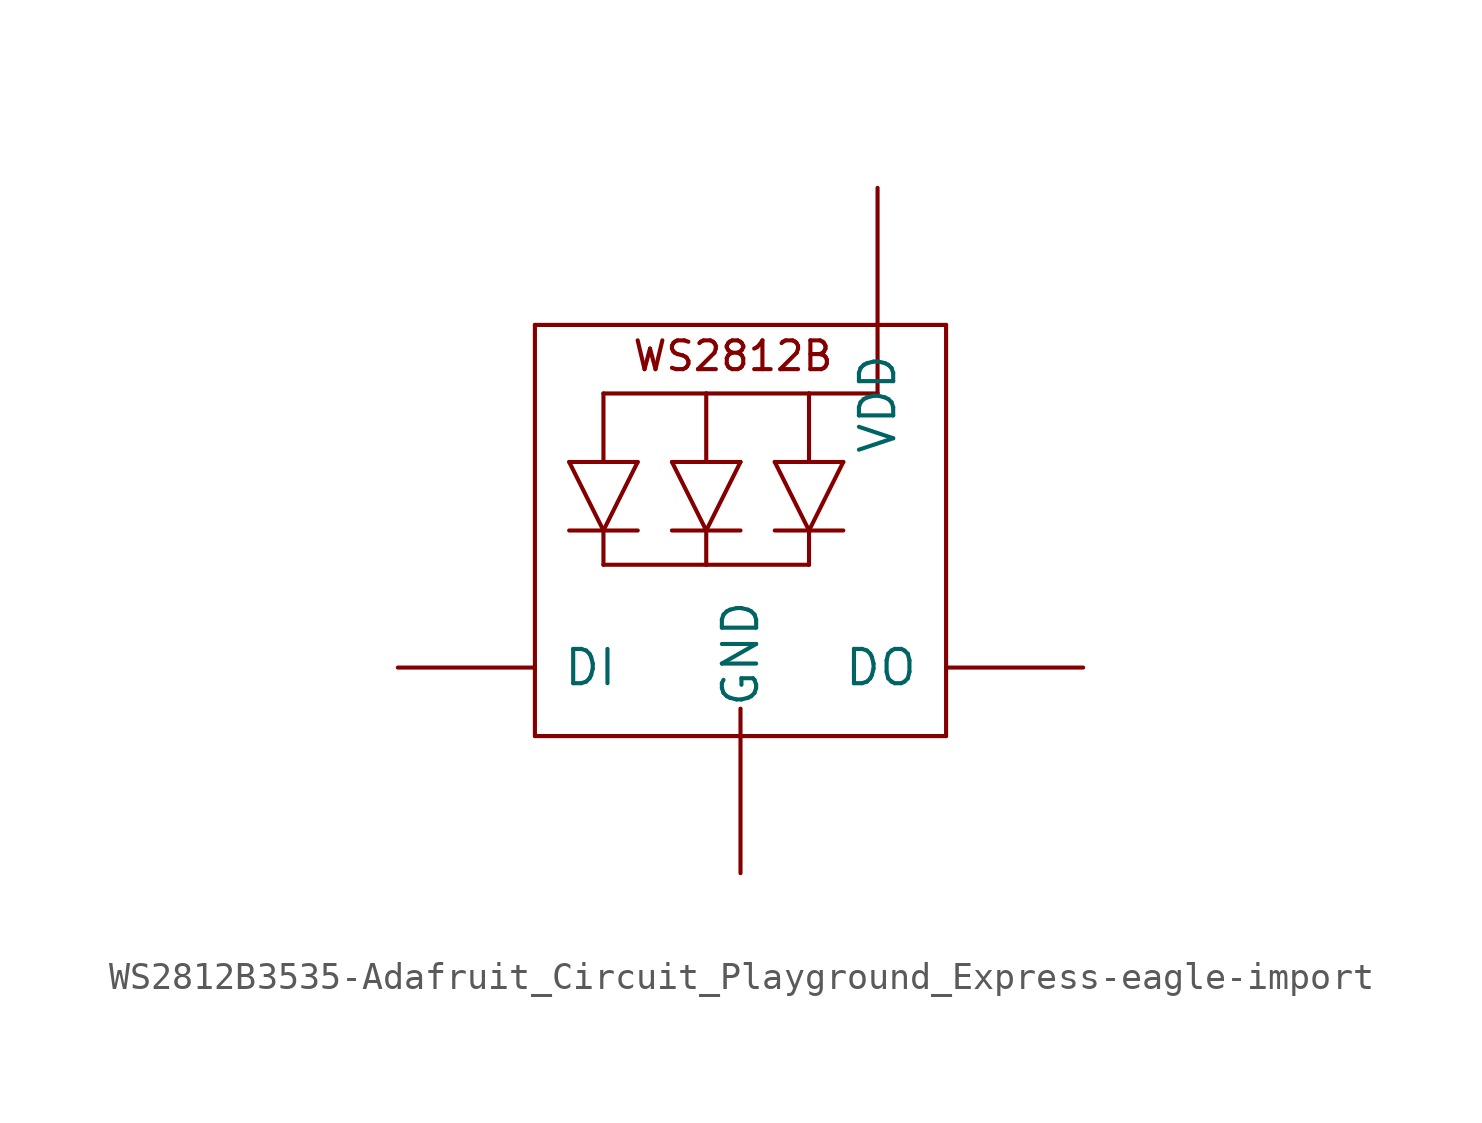
<source format=kicad_sym>
(kicad_symbol_lib
  (version 20220914)
  (generator kicad_symbol_editor)
  (symbol "WS2812B3535-Adafruit_Circuit_Playground_Express-eagle-import"
    (pin_names
      (offset 1.016))
    (property "Reference" "LED"
      (at 0 0 0)
      (effects (font (size 1.27 1.27)) hide))
    (property "ki_locked" ""
      (at 0 0 0)
      (effects (font (size 1.27 1.27))))
    (symbol "WS2812B3535-Adafruit_Circuit_Playground_Express-eagle-import_1_0"
      (polyline (pts (xy -7.62 -5.08) (xy 0 -5.08)) (stroke (width 0) (type solid)) (fill (type none)))
      (polyline (pts (xy -7.62 -2.54) (xy -7.62 -5.08)) (stroke (width 0) (type solid)) (fill (type none)))
      (polyline (pts (xy -7.62 10.16) (xy -7.62 -2.54)) (stroke (width 0) (type solid)) (fill (type none)))
      (polyline (pts (xy -6.35 2.54) (xy -5.08 2.54)) (stroke (width 0) (type solid)) (fill (type none)))
      (polyline (pts (xy -6.35 5.08) (xy -5.08 5.08)) (stroke (width 0) (type solid)) (fill (type none)))
      (polyline (pts (xy -5.08 2.54) (xy -6.35 5.08)) (stroke (width 0) (type solid)) (fill (type none)))
      (polyline (pts (xy -5.08 2.54) (xy -5.08 1.27)) (stroke (width 0) (type solid)) (fill (type none)))
      (polyline (pts (xy -5.08 2.54) (xy -3.81 5.08)) (stroke (width 0) (type solid)) (fill (type none)))
      (polyline (pts (xy -5.08 5.08) (xy -3.81 5.08)) (stroke (width 0) (type solid)) (fill (type none)))
      (polyline (pts (xy -5.08 7.62) (xy -5.08 5.08)) (stroke (width 0) (type solid)) (fill (type none)))
      (polyline (pts (xy -3.81 2.54) (xy -5.08 2.54)) (stroke (width 0) (type solid)) (fill (type none)))
      (polyline (pts (xy -2.54 2.54) (xy -1.27 2.54)) (stroke (width 0) (type solid)) (fill (type none)))
      (polyline (pts (xy -2.54 5.08) (xy 0 5.08)) (stroke (width 0) (type solid)) (fill (type none)))
      (polyline (pts (xy -1.27 1.27) (xy -5.08 1.27)) (stroke (width 0) (type solid)) (fill (type none)))
      (polyline (pts (xy -1.27 2.54) (xy -2.54 5.08)) (stroke (width 0) (type solid)) (fill (type none)))
      (polyline (pts (xy -1.27 2.54) (xy -1.27 1.27)) (stroke (width 0) (type solid)) (fill (type none)))
      (polyline (pts (xy -1.27 2.54) (xy 0 2.54)) (stroke (width 0) (type solid)) (fill (type none)))
      (polyline (pts (xy -1.27 5.08) (xy -1.27 7.62)) (stroke (width 0) (type solid)) (fill (type none)))
      (polyline (pts (xy -1.27 7.62) (xy -5.08 7.62)) (stroke (width 0) (type solid)) (fill (type none)))
      (polyline (pts (xy 0 -5.08) (xy 7.62 -5.08)) (stroke (width 0) (type solid)) (fill (type none)))
      (polyline (pts (xy 0 -4.064) (xy 0 -5.08)) (stroke (width 0) (type solid)) (fill (type none)))
      (polyline (pts (xy 0 5.08) (xy -1.27 2.54)) (stroke (width 0) (type solid)) (fill (type none)))
      (polyline (pts (xy 1.27 5.08) (xy 2.54 2.54)) (stroke (width 0) (type solid)) (fill (type none)))
      (polyline (pts (xy 1.27 5.08) (xy 2.54 5.08)) (stroke (width 0) (type solid)) (fill (type none)))
      (polyline (pts (xy 2.54 1.27) (xy -1.27 1.27)) (stroke (width 0) (type solid)) (fill (type none)))
      (polyline (pts (xy 2.54 2.54) (xy 1.27 2.54)) (stroke (width 0) (type solid)) (fill (type none)))
      (polyline (pts (xy 2.54 2.54) (xy 2.54 1.27)) (stroke (width 0) (type solid)) (fill (type none)))
      (polyline (pts (xy 2.54 2.54) (xy 3.81 2.54)) (stroke (width 0) (type solid)) (fill (type none)))
      (polyline (pts (xy 2.54 2.54) (xy 3.81 5.08)) (stroke (width 0) (type solid)) (fill (type none)))
      (polyline (pts (xy 2.54 5.08) (xy 2.54 7.62)) (stroke (width 0) (type solid)) (fill (type none)))
      (polyline (pts (xy 2.54 7.62) (xy -1.27 7.62)) (stroke (width 0) (type solid)) (fill (type none)))
      (polyline (pts (xy 2.54 7.62) (xy 5.08 7.62)) (stroke (width 0) (type solid)) (fill (type none)))
      (polyline (pts (xy 3.81 5.08) (xy 2.54 5.08)) (stroke (width 0) (type solid)) (fill (type none)))
      (polyline (pts (xy 5.08 10.16) (xy -7.62 10.16)) (stroke (width 0) (type solid)) (fill (type none)))
      (polyline (pts (xy 5.08 10.16) (xy 5.08 7.62)) (stroke (width 0) (type solid)) (fill (type none)))
      (polyline (pts (xy 7.62 -5.08) (xy 7.62 -2.54)) (stroke (width 0) (type solid)) (fill (type none)))
      (polyline (pts (xy 7.62 -2.54) (xy 7.62 10.16)) (stroke (width 0) (type solid)) (fill (type none)))
      (polyline (pts (xy 7.62 10.16) (xy 5.08 10.16)) (stroke (width 0) (type solid)) (fill (type none)))
      (text "WS2812B" (at -4.064 8.382 0) (effects (font (size 1.067 1.067)) (justify left bottom)))
      (pin power_in line (at 5.08 15.24 270) (length 5.08) (name "VDD" (effects (font (size 1.27 1.27)))) (number "1" (effects (font (size 0 0)))))
      (pin output line (at 12.7 -2.54 180) (length 5.08) (name "DO" (effects (font (size 1.27 1.27)))) (number "2" (effects (font (size 0 0)))))
      (pin power_in line (at 0 -10.16 90) (length 5.08) (name "GND" (effects (font (size 1.27 1.27)))) (number "3" (effects (font (size 0 0)))))
      (pin input line (at -12.7 -2.54 0) (length 5.08) (name "DI" (effects (font (size 1.27 1.27)))) (number "4" (effects (font (size 0 0))))))))
</source>
